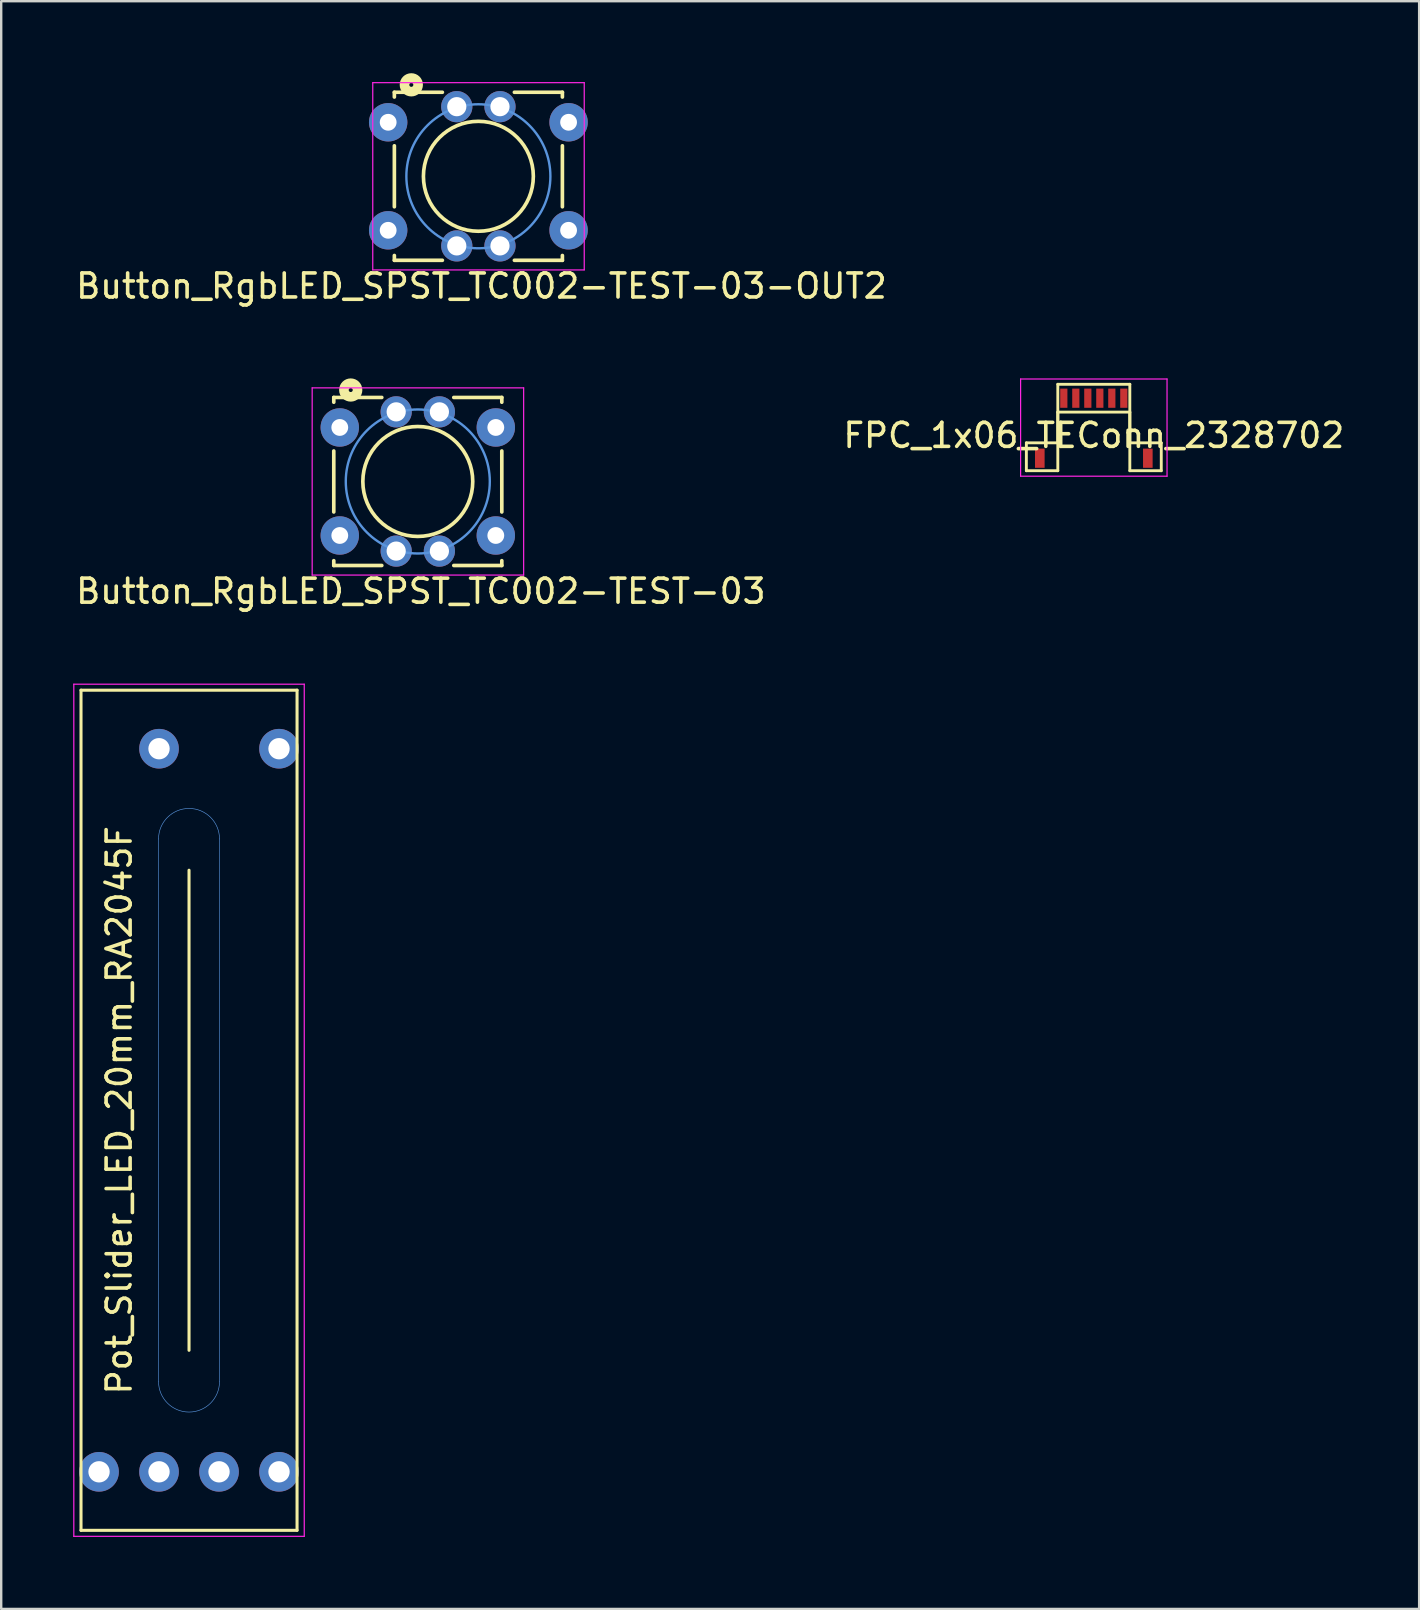
<source format=kicad_pcb>
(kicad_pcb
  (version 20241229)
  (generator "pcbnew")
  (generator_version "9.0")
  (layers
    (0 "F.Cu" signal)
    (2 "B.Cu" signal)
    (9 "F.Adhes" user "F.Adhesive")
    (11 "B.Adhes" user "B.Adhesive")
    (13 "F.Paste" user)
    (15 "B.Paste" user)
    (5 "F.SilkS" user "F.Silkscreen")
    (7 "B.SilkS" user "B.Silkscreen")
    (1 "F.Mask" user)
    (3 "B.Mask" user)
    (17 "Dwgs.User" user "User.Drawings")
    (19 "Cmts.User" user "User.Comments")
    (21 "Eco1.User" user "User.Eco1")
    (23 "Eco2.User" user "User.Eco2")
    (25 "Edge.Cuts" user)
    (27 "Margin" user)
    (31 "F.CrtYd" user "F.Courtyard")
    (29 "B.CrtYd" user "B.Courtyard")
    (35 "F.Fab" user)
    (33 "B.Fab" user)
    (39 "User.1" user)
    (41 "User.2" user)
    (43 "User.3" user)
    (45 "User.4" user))
  (footprint "Button_RgbLED_SPST_TC002-TEST-03-OUT2"
    (layer "F.Cu")
    (at 16.879 4.294)
    (property "Reference" "Button_RgbLED_SPST_TC002-TEST-03-OUT2" (at 0.127 4.572 0) (layer "F.SilkS") (effects (font (size 1 1) (thickness 0.15))))
    (attr through_hole)
    (fp_line (start -3.5 -3.5) (end -3.5 -3.302) (stroke (width 0.152) (type solid)) (layer "F.SilkS"))
    (fp_line (start -3.5 -1.27) (end -3.5 1.27) (stroke (width 0.152) (type solid)) (layer "F.SilkS"))
    (fp_line (start -3.5 3.5) (end -3.5 3.3) (stroke (width 0.152) (type solid)) (layer "F.SilkS"))
    (fp_line (start -1.5 -3.5) (end -3.5 -3.5) (stroke (width 0.152) (type solid)) (layer "F.SilkS"))
    (fp_line (start -1.5 3.5) (end -3.5 3.5) (stroke (width 0.152) (type solid)) (layer "F.SilkS"))
    (fp_line (start 1.5 -3.5) (end 3.5 -3.5) (stroke (width 0.152) (type solid)) (layer "F.SilkS"))
    (fp_line (start 1.5 3.5) (end 3.5 3.5) (stroke (width 0.152) (type solid)) (layer "F.SilkS"))
    (fp_line (start 3.5 -3.5) (end 3.5 -3.302) (stroke (width 0.152) (type solid)) (layer "F.SilkS"))
    (fp_line (start 3.5 -1.27) (end 3.5 1.27) (stroke (width 0.152) (type solid)) (layer "F.SilkS"))
    (fp_line (start 3.5 3.5) (end 3.5 3.3) (stroke (width 0.152) (type solid)) (layer "F.SilkS"))
    (fp_circle (center -2.794 -3.81) (end -2.921 -4.064) (stroke (width 0.4) (type solid)) (fill no) (layer "F.SilkS"))
    (fp_circle (center 0 0) (end -0.127 -2.286) (stroke (width 0.152) (type solid)) (fill no) (layer "F.SilkS"))
    (fp_circle (center 0 0) (end 3 0) (stroke (width 0.1) (type solid)) (fill no) (layer "Cmts.User"))
    (fp_line (start -4.4 -3.9) (end 4.41 -3.9) (stroke (width 0.05) (type solid)) (layer "F.CrtYd"))
    (fp_line (start -4.4 3.9) (end -4.4 -3.9) (stroke (width 0.05) (type solid)) (layer "F.CrtYd"))
    (fp_line (start 4.41 -3.9) (end 4.41 3.9) (stroke (width 0.05) (type solid)) (layer "F.CrtYd"))
    (fp_line (start 4.41 3.9) (end -4.4 3.9) (stroke (width 0.05) (type solid)) (layer "F.CrtYd"))
    (pad "1" thru_hole circle (at -3.758 -2.25) (size 1.6 1.6) (drill 0.7) (layers "*.Cu" "*.Mask"))
    (pad "2" thru_hole circle (at 3.758 -2.25) (size 1.6 1.6) (drill 0.7) (layers "*.Cu" "*.Mask"))
    (pad "3" thru_hole circle (at -3.758 2.25) (size 1.6 1.6) (drill 0.7) (layers "*.Cu" "*.Mask"))
    (pad "4" thru_hole circle (at 3.758 2.25) (size 1.6 1.6) (drill 0.7) (layers "*.Cu" "*.Mask"))
    (pad "5" thru_hole circle (at -0.9 -2.9) (size 1.3 1.3) (drill 0.8) (layers "*.Cu" "*.Mask"))
    (pad "6" thru_hole circle (at 0.9 -2.9) (size 1.3 1.3) (drill 0.8) (layers "*.Cu" "*.Mask"))
    (pad "7" thru_hole circle (at 0.9 2.9) (size 1.3 1.3) (drill 0.8) (layers "*.Cu" "*.Mask"))
    (pad "8" thru_hole circle (at -0.9 2.9) (size 1.3 1.3) (drill 0.8) (layers "*.Cu" "*.Mask")))
  (footprint "Pot_Slider_LED_20mm_RA2045F"
    (layer "F.Cu")
    (at 4.825 43.203)
    (property "Reference" "Pot_Slider_LED_20mm_RA2045F" (at -2.91 0 90) (layer "F.SilkS") (effects (font (size 1 1) (thickness 0.15))))
    (attr exclude_from_pos_files exclude_from_bom)
    (fp_line (start -4.5 -17.5) (end -4.5 17.5) (stroke (width 0.127) (type solid)) (layer "F.SilkS"))
    (fp_line (start -4.5 17.5) (end 4.5 17.5) (stroke (width 0.127) (type solid)) (layer "F.SilkS"))
    (fp_line (start 0 10) (end 0 -10) (stroke (width 0.127) (type solid)) (layer "F.SilkS"))
    (fp_line (start 4.5 -17.5) (end -4.5 -17.5) (stroke (width 0.127) (type solid)) (layer "F.SilkS"))
    (fp_line (start 4.5 17.5) (end 4.5 -17.5) (stroke (width 0.127) (type solid)) (layer "F.SilkS"))
    (fp_line (start -1.27 -11.303) (end -1.27 11.303) (stroke (width 0.025) (type solid)) (layer "Cmts.User"))
    (fp_line (start 1.27 -11.303) (end 1.27 11.303) (stroke (width 0.025) (type solid)) (layer "Cmts.User"))
    (fp_arc (start -1.27 -11.303) (mid 0 -12.573) (end 1.27 -11.303) (stroke (width 0.0254) (type solid)) (layer "Cmts.User"))
    (fp_arc (start 1.27 11.303) (mid 0 12.573) (end -1.27 11.303) (stroke (width 0.0254) (type solid)) (layer "Cmts.User"))
    (fp_line (start -4.8 -17.75) (end -4.8 17.75) (stroke (width 0.05) (type solid)) (layer "F.CrtYd"))
    (fp_line (start -4.8 17.75) (end 4.8 17.75) (stroke (width 0.05) (type solid)) (layer "F.CrtYd"))
    (fp_line (start 4.8 -17.75) (end -4.8 -17.75) (stroke (width 0.05) (type solid)) (layer "F.CrtYd"))
    (fp_line (start 4.8 17.75) (end 4.8 -17.75) (stroke (width 0.05) (type solid)) (layer "F.CrtYd"))
    (pad "LEDA" thru_hole circle (at 3.749 -15.062 90) (size 1.651 1.651) (drill 0.889) (layers "*.Cu" "*.Mask"))
    (pad "LEDC" thru_hole circle (at 3.749 15.062 90) (size 1.651 1.651) (drill 0.889) (layers "*.Cu" "*.Mask"))
    (pad "NC" thru_hole circle (at 1.25 15.062 90) (size 1.651 1.651) (drill 0.889) (layers "*.Cu" "*.Mask"))
    (pad "P1" thru_hole circle (at -1.25 15.062 90) (size 1.651 1.651) (drill 0.889) (layers "*.Cu" "*.Mask"))
    (pad "P2" thru_hole circle (at -3.749 15.062 90) (size 1.651 1.651) (drill 0.889) (layers "*.Cu" "*.Mask"))
    (pad "P3" thru_hole circle (at -1.25 -15.062 90) (size 1.651 1.651) (drill 0.889) (layers "*.Cu" "*.Mask")))
  (footprint "Button_RgbLED_SPST_TC002-TEST-03"
    (layer "F.Cu")
    (at 14.355 17.008)
    (property "Reference" "Button_RgbLED_SPST_TC002-TEST-03" (at 0.127 4.572 0) (layer "F.SilkS") (effects (font (size 1 1) (thickness 0.15))))
    (attr through_hole)
    (fp_line (start -3.5 -3.5) (end -3.5 -3.302) (stroke (width 0.152) (type solid)) (layer "F.SilkS"))
    (fp_line (start -3.5 -1.27) (end -3.5 1.27) (stroke (width 0.152) (type solid)) (layer "F.SilkS"))
    (fp_line (start -3.5 3.5) (end -3.5 3.3) (stroke (width 0.152) (type solid)) (layer "F.SilkS"))
    (fp_line (start -1.5 -3.5) (end -3.5 -3.5) (stroke (width 0.152) (type solid)) (layer "F.SilkS"))
    (fp_line (start -1.5 3.5) (end -3.5 3.5) (stroke (width 0.152) (type solid)) (layer "F.SilkS"))
    (fp_line (start 1.5 -3.5) (end 3.5 -3.5) (stroke (width 0.152) (type solid)) (layer "F.SilkS"))
    (fp_line (start 1.5 3.5) (end 3.5 3.5) (stroke (width 0.152) (type solid)) (layer "F.SilkS"))
    (fp_line (start 3.5 -3.5) (end 3.5 -3.302) (stroke (width 0.152) (type solid)) (layer "F.SilkS"))
    (fp_line (start 3.5 -1.27) (end 3.5 1.27) (stroke (width 0.152) (type solid)) (layer "F.SilkS"))
    (fp_line (start 3.5 3.5) (end 3.5 3.3) (stroke (width 0.152) (type solid)) (layer "F.SilkS"))
    (fp_circle (center -2.794 -3.81) (end -2.921 -4.064) (stroke (width 0.4) (type solid)) (fill no) (layer "F.SilkS"))
    (fp_circle (center 0 0) (end -0.127 -2.286) (stroke (width 0.152) (type solid)) (fill no) (layer "F.SilkS"))
    (fp_circle (center 0 0) (end 3 0) (stroke (width 0.1) (type solid)) (fill no) (layer "Cmts.User"))
    (fp_line (start -4.4 -3.9) (end 4.41 -3.9) (stroke (width 0.05) (type solid)) (layer "F.CrtYd"))
    (fp_line (start -4.4 3.9) (end -4.4 -3.9) (stroke (width 0.05) (type solid)) (layer "F.CrtYd"))
    (fp_line (start 4.41 -3.9) (end 4.41 3.9) (stroke (width 0.05) (type solid)) (layer "F.CrtYd"))
    (fp_line (start 4.41 3.9) (end -4.4 3.9) (stroke (width 0.05) (type solid)) (layer "F.CrtYd"))
    (pad "1" thru_hole circle (at -3.25 -2.25) (size 1.6 1.6) (drill 0.7) (layers "*.Cu" "*.Mask"))
    (pad "2" thru_hole circle (at 3.25 -2.25) (size 1.6 1.6) (drill 0.7) (layers "*.Cu" "*.Mask"))
    (pad "3" thru_hole circle (at -3.25 2.25) (size 1.6 1.6) (drill 0.7) (layers "*.Cu" "*.Mask"))
    (pad "4" thru_hole circle (at 3.25 2.25) (size 1.6 1.6) (drill 0.7) (layers "*.Cu" "*.Mask"))
    (pad "5" thru_hole circle (at -0.9 -2.9) (size 1.3 1.3) (drill 0.8) (layers "*.Cu" "*.Mask"))
    (pad "6" thru_hole circle (at 0.9 -2.9) (size 1.3 1.3) (drill 0.8) (layers "*.Cu" "*.Mask"))
    (pad "7" thru_hole circle (at 0.9 2.9) (size 1.3 1.3) (drill 0.8) (layers "*.Cu" "*.Mask"))
    (pad "8" thru_hole circle (at -0.9 2.9) (size 1.3 1.3) (drill 0.8) (layers "*.Cu" "*.Mask")))
  (footprint "FPC_1x06_TEConn_2328702"
    (layer "F.Cu")
    (at 42.518 13.539)
    (property "Reference" "FPC_1x06_TEConn_2328702" (at 0 1.55 0) (layer "F.SilkS") (effects (font (size 1 1) (thickness 0.15))))
    (attr smd)
    (fp_line (start -2.81 1.86) (end -1.5 1.86) (stroke (width 0.12) (type solid)) (layer "F.SilkS"))
    (fp_line (start -2.81 3.02) (end -2.81 1.86) (stroke (width 0.12) (type solid)) (layer "F.SilkS"))
    (fp_line (start -1.5 -0.58) (end 1.5 -0.58) (stroke (width 0.12) (type solid)) (layer "F.SilkS"))
    (fp_line (start -1.5 0.58) (end -1.5 3.02) (stroke (width 0.12) (type solid)) (layer "F.SilkS"))
    (fp_line (start -1.5 0.58) (end 1.5 0.58) (stroke (width 0.12) (type solid)) (layer "F.SilkS"))
    (fp_line (start -1.5 1.86) (end -1.5 -0.58) (stroke (width 0.12) (type solid)) (layer "F.SilkS"))
    (fp_line (start -1.5 3.02) (end -2.81 3.02) (stroke (width 0.12) (type solid)) (layer "F.SilkS"))
    (fp_line (start 1.5 0.58) (end 1.5 3.02) (stroke (width 0.12) (type solid)) (layer "F.SilkS"))
    (fp_line (start 1.5 1.86) (end 1.5 -0.58) (stroke (width 0.12) (type solid)) (layer "F.SilkS"))
    (fp_line (start 1.5 3.02) (end 2.81 3.02) (stroke (width 0.12) (type solid)) (layer "F.SilkS"))
    (fp_line (start 2.81 1.86) (end 1.5 1.86) (stroke (width 0.12) (type solid)) (layer "F.SilkS"))
    (fp_line (start 2.81 3.02) (end 2.81 1.86) (stroke (width 0.12) (type solid)) (layer "F.SilkS"))
    (fp_line (start -3.05 -0.8) (end -3.05 3.25) (stroke (width 0.05) (type solid)) (layer "F.CrtYd"))
    (fp_line (start -3.05 -0.8) (end 3.05 -0.8) (stroke (width 0.05) (type solid)) (layer "F.CrtYd"))
    (fp_line (start -3.05 3.25) (end 3.05 3.25) (stroke (width 0.05) (type solid)) (layer "F.CrtYd"))
    (fp_line (start 3.05 -0.8) (end 3.05 3.25) (stroke (width 0.05) (type solid)) (layer "F.CrtYd"))
    (pad "0" smd rect (at -2.25 2.5) (size 0.4 0.8) (layers "F.Cu" "F.Mask" "F.Paste"))
    (pad "0" smd rect (at 2.25 2.5) (size 0.4 0.8) (layers "F.Cu" "F.Mask" "F.Paste"))
    (pad "1" smd rect (at -1.25 0) (size 0.3 0.8) (layers "F.Cu" "F.Mask" "F.Paste"))
    (pad "2" smd rect (at -0.75 0) (size 0.3 0.8) (layers "F.Cu" "F.Mask" "F.Paste"))
    (pad "3" smd rect (at -0.25 0) (size 0.3 0.8) (layers "F.Cu" "F.Mask" "F.Paste"))
    (pad "4" smd rect (at 0.25 0) (size 0.3 0.8) (layers "F.Cu" "F.Mask" "F.Paste"))
    (pad "5" smd rect (at 0.75 0) (size 0.3 0.8) (layers "F.Cu" "F.Mask" "F.Paste"))
    (pad "6" smd rect (at 1.25 0) (size 0.3 0.8) (layers "F.Cu" "F.Mask" "F.Paste")))
  (gr_rect
    (start -3 -3)
    (end 56.071 63.978)
    (stroke (width 0.1) (type default))
    (fill no)
    (layer "Edge.Cuts")))
</source>
